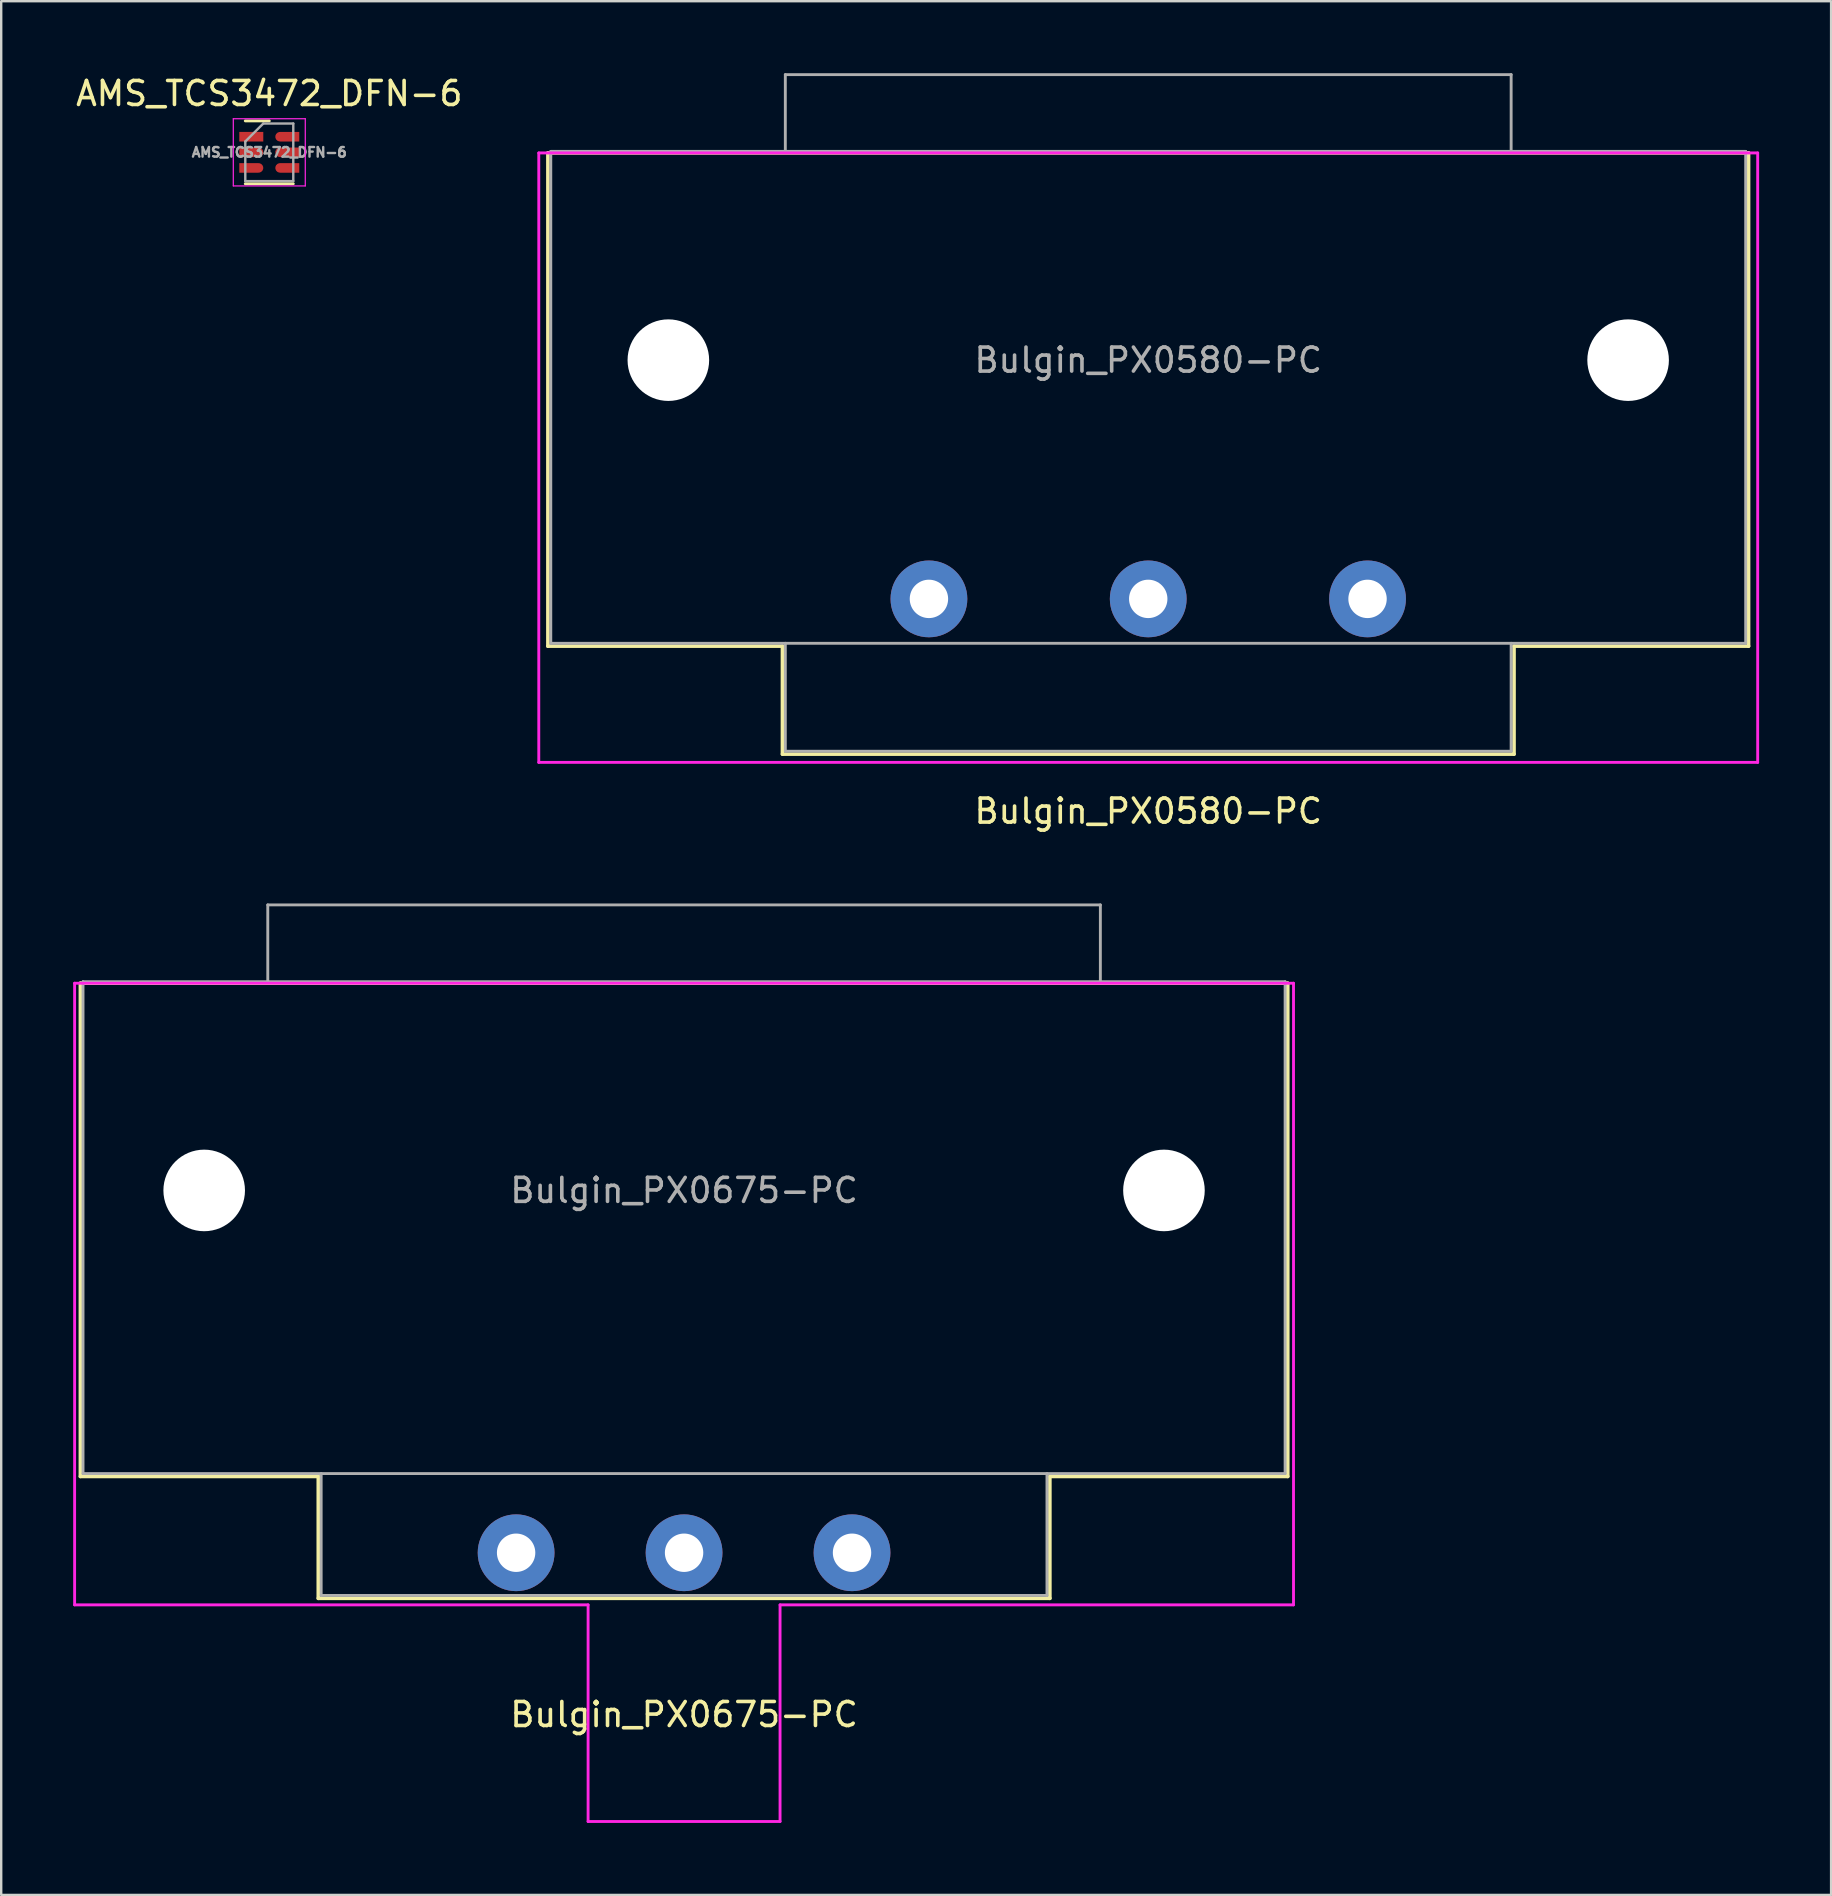
<source format=kicad_pcb>
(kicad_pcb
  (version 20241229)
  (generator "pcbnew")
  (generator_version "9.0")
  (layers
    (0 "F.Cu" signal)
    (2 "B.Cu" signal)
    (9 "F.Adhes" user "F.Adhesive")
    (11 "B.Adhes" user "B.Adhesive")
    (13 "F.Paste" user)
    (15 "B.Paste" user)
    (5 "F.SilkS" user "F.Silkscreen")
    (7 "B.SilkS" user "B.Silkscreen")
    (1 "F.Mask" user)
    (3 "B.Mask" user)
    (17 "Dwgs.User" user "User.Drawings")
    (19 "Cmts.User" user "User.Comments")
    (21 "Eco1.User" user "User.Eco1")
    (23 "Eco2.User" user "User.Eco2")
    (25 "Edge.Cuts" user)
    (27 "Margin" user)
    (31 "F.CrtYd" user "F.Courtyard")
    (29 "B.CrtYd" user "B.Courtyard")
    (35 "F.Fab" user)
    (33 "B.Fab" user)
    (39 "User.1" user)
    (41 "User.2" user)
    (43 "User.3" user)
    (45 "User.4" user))
  (footprint "AMS_TCS3472_DFN-6"
    (layer "F.Cu")
    (at 8.173 3.298)
    (property "Reference" "AMS_TCS3472_DFN-6" (at 0 -2.45 0) (layer "F.SilkS") (effects (font (size 1 1) (thickness 0.15))))
    (attr smd)
    (fp_line (start -1 -1.31) (end 0 -1.31) (stroke (width 0.12) (type solid)) (layer "F.SilkS"))
    (fp_line (start -1 1.31) (end 1 1.31) (stroke (width 0.12) (type solid)) (layer "F.SilkS"))
    (fp_line (start -1.5 -1.4) (end -1.5 1.4) (stroke (width 0.05) (type solid)) (layer "F.CrtYd"))
    (fp_line (start -1.5 1.4) (end 1.5 1.4) (stroke (width 0.05) (type solid)) (layer "F.CrtYd"))
    (fp_line (start 1.5 -1.4) (end -1.5 -1.4) (stroke (width 0.05) (type solid)) (layer "F.CrtYd"))
    (fp_line (start 1.5 1.4) (end 1.5 -1.4) (stroke (width 0.05) (type solid)) (layer "F.CrtYd"))
    (fp_line (start -1 -0.45) (end -0.25 -1.2) (stroke (width 0.1) (type solid)) (layer "F.Fab"))
    (fp_line (start -1 1.2) (end -1 -0.45) (stroke (width 0.1) (type solid)) (layer "F.Fab"))
    (fp_line (start -0.25 -1.2) (end 1 -1.2) (stroke (width 0.1) (type solid)) (layer "F.Fab"))
    (fp_line (start 1 -1.2) (end 1 1.2) (stroke (width 0.1) (type solid)) (layer "F.Fab"))
    (fp_line (start 1 1.2) (end -1 1.2) (stroke (width 0.1) (type solid)) (layer "F.Fab"))
    (fp_text user "${REFERENCE}" (at 0 0 0) (layer "F.Fab") (effects (font (size 0.4 0.4) (thickness 0.1))))
    (pad "1" smd rect (at -0.75 -0.65) (size 1 0.4) (layers "F.Cu" "F.Mask" "F.Paste"))
    (pad "2" smd custom (at -0.75 0) (size 0.4 0.4) (layers "F.Cu" "F.Mask" "F.Paste") (options (anchor rect)) (primitives (gr_circle (center 0.3 0) (end 0.5 0) (width 0) (fill yes)) (gr_poly (pts (xy 0.3 -0.2) (xy -0.5 -0.2) (xy -0.5 0.2) (xy 0.3 0.2)) (width 0) (fill yes))))
    (pad "3" smd custom (at -0.75 0.65) (size 0.4 0.4) (layers "F.Cu" "F.Mask" "F.Paste") (options (anchor rect)) (primitives (gr_circle (center 0.3 0) (end 0.5 0) (width 0) (fill yes)) (gr_poly (pts (xy 0.3 -0.2) (xy -0.5 -0.2) (xy -0.5 0.2) (xy 0.3 0.2)) (width 0) (fill yes))))
    (pad "4" smd custom (at 0.75 0.65 180) (size 0.4 0.4) (layers "F.Cu" "F.Mask" "F.Paste") (options (anchor rect)) (primitives (gr_circle (center 0.3 0) (end 0.5 0) (width 0) (fill yes)) (gr_poly (pts (xy 0.3 -0.2) (xy -0.5 -0.2) (xy -0.5 0.2) (xy 0.3 0.2)) (width 0) (fill yes))))
    (pad "5" smd custom (at 0.75 0 180) (size 0.4 0.4) (layers "F.Cu" "F.Mask" "F.Paste") (options (anchor rect)) (primitives (gr_circle (center 0.3 0) (end 0.5 0) (width 0) (fill yes)) (gr_poly (pts (xy 0.3 -0.2) (xy -0.5 -0.2) (xy -0.5 0.2) (xy 0.3 0.2)) (width 0) (fill yes))))
    (pad "6" smd custom (at 0.75 -0.65 180) (size 0.4 0.4) (layers "F.Cu" "F.Mask" "F.Paste") (options (anchor rect)) (primitives (gr_circle (center 0.3 0) (end 0.5 0) (width 0) (fill yes)) (gr_poly (pts (xy 0.3 -0.2) (xy -0.5 -0.2) (xy -0.5 0.2) (xy 0.3 0.2)) (width 0) (fill yes)))))
  (footprint "Bulgin_PX0580-PC"
    (layer "F.Cu")
    (at 44.805 11.96)
    (property "Reference" "Bulgin_PX0580-PC" (at 0 18.796 0) (layer "F.SilkS") (effects (font (size 1 1) (thickness 0.15))))
    (attr through_hole)
    (fp_line (start -25.02 -8.636) (end -25.02 11.92) (stroke (width 0.15) (type solid)) (layer "F.SilkS"))
    (fp_line (start -25.02 11.92) (end -15.245 11.92) (stroke (width 0.15) (type solid)) (layer "F.SilkS"))
    (fp_line (start -15.245 11.92) (end -15.245 16.42) (stroke (width 0.15) (type solid)) (layer "F.SilkS"))
    (fp_line (start -15.245 16.42) (end 15.245 16.42) (stroke (width 0.15) (type solid)) (layer "F.SilkS"))
    (fp_line (start 15.245 11.92) (end 25.02 11.92) (stroke (width 0.15) (type solid)) (layer "F.SilkS"))
    (fp_line (start 15.245 16.42) (end 15.245 11.92) (stroke (width 0.15) (type solid)) (layer "F.SilkS"))
    (fp_line (start 25.02 -8.636) (end -25.02 -8.636) (stroke (width 0.15) (type solid)) (layer "F.SilkS"))
    (fp_line (start 25.02 11.92) (end 25.02 -8.636) (stroke (width 0.15) (type solid)) (layer "F.SilkS"))
    (fp_line (start -25.4 -8.636) (end -25.4 16.764) (stroke (width 0.12) (type solid)) (layer "F.CrtYd"))
    (fp_line (start -25.4 16.764) (end 25.4 16.764) (stroke (width 0.12) (type solid)) (layer "F.CrtYd"))
    (fp_line (start 25.4 -8.636) (end -25.4 -8.636) (stroke (width 0.12) (type solid)) (layer "F.CrtYd"))
    (fp_line (start 25.4 16.764) (end 25.4 -8.636) (stroke (width 0.12) (type solid)) (layer "F.CrtYd"))
    (fp_line (start -24.9 -8.7) (end -24.9 11.8) (stroke (width 0.12) (type solid)) (layer "F.Fab"))
    (fp_line (start -24.9 -8.7) (end 24.9 -8.7) (stroke (width 0.12) (type solid)) (layer "F.Fab"))
    (fp_line (start -24.9 11.8) (end 24.9 11.8) (stroke (width 0.12) (type solid)) (layer "F.Fab"))
    (fp_line (start -15.125 -11.9) (end -15.125 -8.7) (stroke (width 0.12) (type solid)) (layer "F.Fab"))
    (fp_line (start -15.125 -11.9) (end 15.125 -11.9) (stroke (width 0.12) (type solid)) (layer "F.Fab"))
    (fp_line (start -15.125 16.3) (end -15.125 11.8) (stroke (width 0.12) (type solid)) (layer "F.Fab"))
    (fp_line (start -15.125 16.3) (end 15.125 16.3) (stroke (width 0.12) (type solid)) (layer "F.Fab"))
    (fp_line (start 15.125 -11.9) (end 15.125 -8.7) (stroke (width 0.12) (type solid)) (layer "F.Fab"))
    (fp_line (start 15.125 16.3) (end 15.125 11.8) (stroke (width 0.12) (type solid)) (layer "F.Fab"))
    (fp_line (start 24.9 -8.7) (end 24.9 11.8) (stroke (width 0.12) (type solid)) (layer "F.Fab"))
    (fp_text user "${REFERENCE}" (at 0 0 0) (layer "F.Fab") (effects (font (size 1 1) (thickness 0.15))))
    (pad "" np_thru_hole circle (at -20 0) (size 3.4 3.4) (drill 3.4) (layers "*.Cu" "*.Mask"))
    (pad "" np_thru_hole circle (at 20 0) (size 3.4 3.4) (drill 3.4) (layers "*.Cu" "*.Mask"))
    (pad "1" thru_hole circle (at 9.14 9.95) (size 3.2 3.2) (drill 1.6) (layers "*.Cu" "*.Mask"))
    (pad "2" thru_hole circle (at -9.14 9.95) (size 3.2 3.2) (drill 1.6) (layers "*.Cu" "*.Mask"))
    (pad "3" thru_hole circle (at 0 9.95) (size 3.2 3.2) (drill 1.6) (layers "*.Cu" "*.Mask")))
  (footprint "Bulgin_PX0675-PC"
    (layer "F.Cu")
    (at 25.46 46.564)
    (property "Reference" "Bulgin_PX0675-PC" (at 0 21.844 0) (layer "F.SilkS") (effects (font (size 1 1) (thickness 0.15))))
    (attr through_hole)
    (fp_line (start -25.16 -8.636) (end -25.16 11.92) (stroke (width 0.15) (type solid)) (layer "F.SilkS"))
    (fp_line (start -25.16 11.92) (end -15.245 11.92) (stroke (width 0.15) (type solid)) (layer "F.SilkS"))
    (fp_line (start -15.245 11.92) (end -15.245 17) (stroke (width 0.15) (type solid)) (layer "F.SilkS"))
    (fp_line (start -15.245 17) (end 15.245 17) (stroke (width 0.15) (type solid)) (layer "F.SilkS"))
    (fp_line (start 15.245 11.92) (end 25.16 11.92) (stroke (width 0.15) (type solid)) (layer "F.SilkS"))
    (fp_line (start 15.245 17) (end 15.245 11.92) (stroke (width 0.15) (type solid)) (layer "F.SilkS"))
    (fp_line (start 25.16 -8.636) (end -25.16 -8.636) (stroke (width 0.15) (type solid)) (layer "F.SilkS"))
    (fp_line (start 25.16 11.92) (end 25.16 -8.636) (stroke (width 0.15) (type solid)) (layer "F.SilkS"))
    (fp_line (start -25.4 -8.636) (end -25.4 17.272) (stroke (width 0.12) (type solid)) (layer "F.CrtYd"))
    (fp_line (start -25.4 17.272) (end -4 17.272) (stroke (width 0.12) (type solid)) (layer "F.CrtYd"))
    (fp_line (start -4 26.3) (end -4 17.272) (stroke (width 0.12) (type solid)) (layer "F.CrtYd"))
    (fp_line (start -4 26.3) (end 4 26.3) (stroke (width 0.12) (type solid)) (layer "F.CrtYd"))
    (fp_line (start 4 17.272) (end 25.4 17.272) (stroke (width 0.12) (type solid)) (layer "F.CrtYd"))
    (fp_line (start 4 26.3) (end 4 17.272) (stroke (width 0.12) (type solid)) (layer "F.CrtYd"))
    (fp_line (start 25.4 -8.636) (end -25.4 -8.636) (stroke (width 0.12) (type solid)) (layer "F.CrtYd"))
    (fp_line (start 25.4 17.272) (end 25.4 -8.636) (stroke (width 0.12) (type solid)) (layer "F.CrtYd"))
    (fp_line (start -25.05 -8.7) (end -25.05 11.8) (stroke (width 0.12) (type solid)) (layer "F.Fab"))
    (fp_line (start -25.05 -8.7) (end 25.05 -8.7) (stroke (width 0.12) (type solid)) (layer "F.Fab"))
    (fp_line (start -25.05 11.8) (end 25.05 11.8) (stroke (width 0.12) (type solid)) (layer "F.Fab"))
    (fp_line (start -17.35 -11.9) (end -17.35 -8.7) (stroke (width 0.12) (type solid)) (layer "F.Fab"))
    (fp_line (start -17.35 -11.9) (end 17.35 -11.9) (stroke (width 0.12) (type solid)) (layer "F.Fab"))
    (fp_line (start -15.125 16.88) (end -15.125 11.8) (stroke (width 0.12) (type solid)) (layer "F.Fab"))
    (fp_line (start -15.125 16.88) (end 15.125 16.88) (stroke (width 0.12) (type solid)) (layer "F.Fab"))
    (fp_line (start 15.125 16.88) (end 15.125 11.8) (stroke (width 0.12) (type solid)) (layer "F.Fab"))
    (fp_line (start 17.35 -11.9) (end 17.35 -8.7) (stroke (width 0.12) (type solid)) (layer "F.Fab"))
    (fp_line (start 25.05 -8.7) (end 25.05 11.8) (stroke (width 0.12) (type solid)) (layer "F.Fab"))
    (fp_text user "${REFERENCE}" (at 0 0 0) (layer "F.Fab") (effects (font (size 1 1) (thickness 0.15))))
    (pad "" np_thru_hole circle (at -20 0) (size 3.4 3.4) (drill 3.4) (layers "*.Cu" "*.Mask"))
    (pad "" np_thru_hole circle (at 20 0) (size 3.4 3.4) (drill 3.4) (layers "*.Cu" "*.Mask"))
    (pad "1" thru_hole circle (at -7 15.1) (size 3.2 3.2) (drill 1.6) (layers "*.Cu" "*.Mask"))
    (pad "2" thru_hole circle (at 7 15.1) (size 3.2 3.2) (drill 1.6) (layers "*.Cu" "*.Mask"))
    (pad "3" thru_hole circle (at 0 15.1) (size 3.2 3.2) (drill 1.6) (layers "*.Cu" "*.Mask")))
  (gr_rect
    (start -3 -3)
    (end 73.265 75.924)
    (stroke (width 0.1) (type default))
    (fill no)
    (layer "Edge.Cuts")))
</source>
